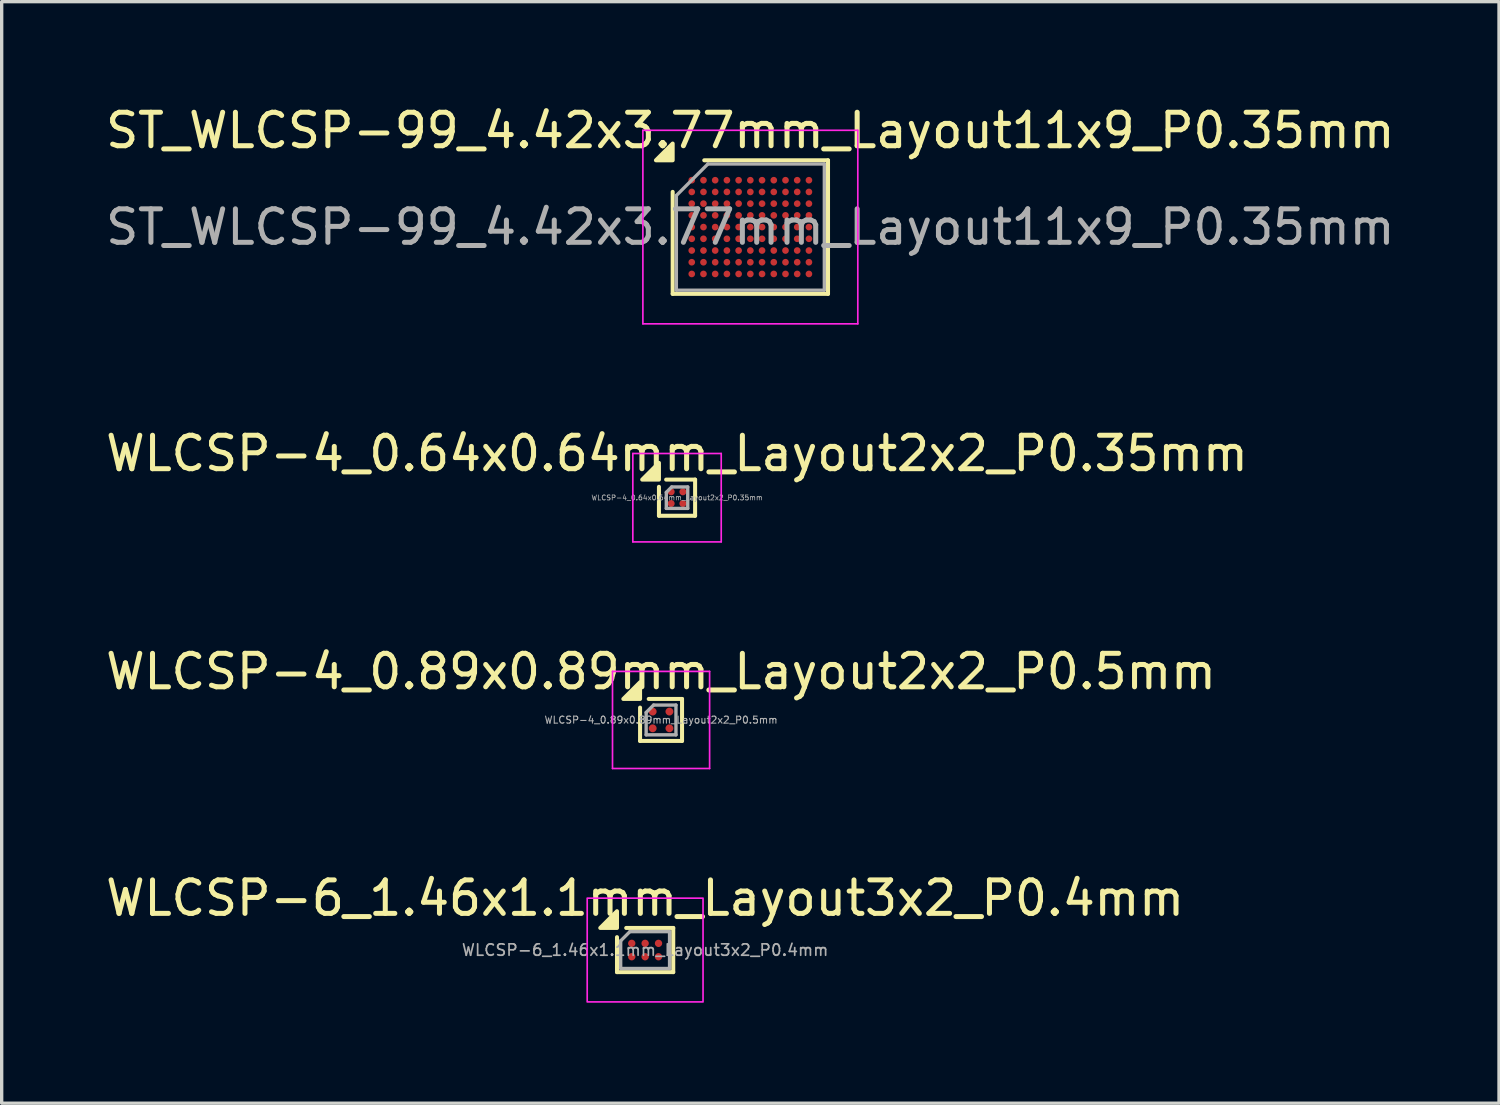
<source format=kicad_pcb>
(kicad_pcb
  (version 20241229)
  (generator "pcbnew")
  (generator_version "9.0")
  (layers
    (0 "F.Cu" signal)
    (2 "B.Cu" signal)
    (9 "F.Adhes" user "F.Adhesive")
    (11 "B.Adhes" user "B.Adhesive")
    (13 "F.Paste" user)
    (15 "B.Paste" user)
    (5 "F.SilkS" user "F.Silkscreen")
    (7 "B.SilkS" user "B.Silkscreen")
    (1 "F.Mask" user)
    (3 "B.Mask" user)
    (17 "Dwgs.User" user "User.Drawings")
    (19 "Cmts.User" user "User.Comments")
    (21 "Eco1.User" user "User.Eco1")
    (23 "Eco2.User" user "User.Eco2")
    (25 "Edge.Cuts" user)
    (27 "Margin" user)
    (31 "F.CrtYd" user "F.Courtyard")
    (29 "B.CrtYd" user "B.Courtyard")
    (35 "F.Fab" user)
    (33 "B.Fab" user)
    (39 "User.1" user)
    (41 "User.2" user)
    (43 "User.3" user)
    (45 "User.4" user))
  (footprint "WLCSP-4_0.64x0.64mm_Layout2x2_P0.35mm"
    (layer "F.Cu")
    (at 17.173 11.816)
    (property "Reference" "WLCSP-4_0.64x0.64mm_Layout2x2_P0.35mm" (at 0 -1.32 0) (layer "F.SilkS") (effects (font (size 1 1) (thickness 0.15))))
    (attr smd)
    (fp_line (start -0.54 0.54) (end -0.54 -0.325) (stroke (width 0.12) (type solid)) (layer "F.SilkS"))
    (fp_line (start -0.325 -0.54) (end 0.54 -0.54) (stroke (width 0.12) (type solid)) (layer "F.SilkS"))
    (fp_line (start 0.54 -0.54) (end 0.54 0.54) (stroke (width 0.12) (type solid)) (layer "F.SilkS"))
    (fp_line (start 0.54 0.54) (end -0.54 0.54) (stroke (width 0.12) (type solid)) (layer "F.SilkS"))
    (fp_poly (pts (xy -0.54 -0.54) (xy -1.04 -0.54) (xy -0.54 -1.04) (xy -0.54 -0.54)) (stroke (width 0.12) (type solid)) (fill yes) (layer "F.SilkS"))
    (fp_line (start -1.32 -1.32) (end -1.32 1.32) (stroke (width 0.05) (type solid)) (layer "F.CrtYd"))
    (fp_line (start -1.32 1.32) (end 1.32 1.32) (stroke (width 0.05) (type solid)) (layer "F.CrtYd"))
    (fp_line (start 1.32 -1.32) (end -1.32 -1.32) (stroke (width 0.05) (type solid)) (layer "F.CrtYd"))
    (fp_line (start 1.32 1.32) (end 1.32 -1.32) (stroke (width 0.05) (type solid)) (layer "F.CrtYd"))
    (fp_line (start -0.32 -0.16) (end -0.16 -0.32) (stroke (width 0.1) (type solid)) (layer "F.Fab"))
    (fp_line (start -0.32 0.32) (end -0.32 -0.16) (stroke (width 0.1) (type solid)) (layer "F.Fab"))
    (fp_line (start -0.16 -0.32) (end 0.32 -0.32) (stroke (width 0.1) (type solid)) (layer "F.Fab"))
    (fp_line (start 0.32 -0.32) (end 0.32 0.32) (stroke (width 0.1) (type solid)) (layer "F.Fab"))
    (fp_line (start 0.32 0.32) (end -0.32 0.32) (stroke (width 0.1) (type solid)) (layer "F.Fab"))
    (fp_text user "${REFERENCE}" (at 0 0 0) (layer "F.Fab") (effects (font (size 0.15 0.15) (thickness 0.022))))
    (pad "A1" smd circle (at -0.175 -0.175) (size 0.21 0.21) (property pad_prop_bga) (layers "F.Cu" "F.Mask" "F.Paste"))
    (pad "A2" smd circle (at 0.175 -0.175) (size 0.21 0.21) (property pad_prop_bga) (layers "F.Cu" "F.Mask" "F.Paste"))
    (pad "B1" smd circle (at -0.175 0.175) (size 0.21 0.21) (property pad_prop_bga) (layers "F.Cu" "F.Mask" "F.Paste"))
    (pad "B2" smd circle (at 0.175 0.175) (size 0.21 0.21) (property pad_prop_bga) (layers "F.Cu" "F.Mask" "F.Paste")))
  (footprint "WLCSP-6_1.46x1.1mm_Layout3x2_P0.4mm"
    (layer "F.Cu")
    (at 16.22 25.328)
    (property "Reference" "WLCSP-6_1.46x1.1mm_Layout3x2_P0.4mm" (at 0 -1.55 0) (layer "F.SilkS") (effects (font (size 1 1) (thickness 0.15))))
    (attr smd)
    (fp_line (start -0.84 0.66) (end -0.84 -0.385) (stroke (width 0.12) (type solid)) (layer "F.SilkS"))
    (fp_line (start -0.565 -0.66) (end 0.84 -0.66) (stroke (width 0.12) (type solid)) (layer "F.SilkS"))
    (fp_line (start 0.84 -0.66) (end 0.84 0.66) (stroke (width 0.12) (type solid)) (layer "F.SilkS"))
    (fp_line (start 0.84 0.66) (end -0.84 0.66) (stroke (width 0.12) (type solid)) (layer "F.SilkS"))
    (fp_poly (pts (xy -0.84 -0.66) (xy -1.34 -0.66) (xy -0.84 -1.16)) (stroke (width 0.12) (type solid)) (fill yes) (layer "F.SilkS"))
    (fp_rect (start -1.73 -1.55) (end 1.73 1.55) (stroke (width 0.05) (type solid)) (fill no) (layer "F.CrtYd"))
    (fp_line (start -0.73 -0.275) (end -0.455 -0.55) (stroke (width 0.1) (type solid)) (layer "F.Fab"))
    (fp_line (start -0.73 0.55) (end -0.73 -0.275) (stroke (width 0.1) (type solid)) (layer "F.Fab"))
    (fp_line (start -0.455 -0.55) (end 0.73 -0.55) (stroke (width 0.1) (type solid)) (layer "F.Fab"))
    (fp_line (start 0.73 -0.55) (end 0.73 0.55) (stroke (width 0.1) (type solid)) (layer "F.Fab"))
    (fp_line (start 0.73 0.55) (end -0.73 0.55) (stroke (width 0.1) (type solid)) (layer "F.Fab"))
    (fp_text user "${REFERENCE}" (at 0 0 0) (layer "F.Fab") (effects (font (size 0.34 0.34) (thickness 0.051))))
    (pad "A1" smd circle (at -0.4 -0.2) (size 0.22 0.22) (property pad_prop_bga) (layers "F.Cu" "F.Mask" "F.Paste"))
    (pad "A2" smd circle (at 0 -0.2) (size 0.22 0.22) (property pad_prop_bga) (layers "F.Cu" "F.Mask" "F.Paste"))
    (pad "A3" smd circle (at 0.4 -0.2) (size 0.22 0.22) (property pad_prop_bga) (layers "F.Cu" "F.Mask" "F.Paste"))
    (pad "B1" smd circle (at -0.4 0.2) (size 0.22 0.22) (property pad_prop_bga) (layers "F.Cu" "F.Mask" "F.Paste"))
    (pad "B2" smd circle (at 0 0.2) (size 0.22 0.22) (property pad_prop_bga) (layers "F.Cu" "F.Mask" "F.Paste"))
    (pad "B3" smd circle (at 0.4 0.2) (size 0.22 0.22) (property pad_prop_bga) (layers "F.Cu" "F.Mask" "F.Paste")))
  (footprint "WLCSP-4_0.89x0.89mm_Layout2x2_P0.5mm"
    (layer "F.Cu")
    (at 16.696 18.455)
    (property "Reference" "WLCSP-4_0.89x0.89mm_Layout2x2_P0.5mm" (at 0 -1.445 0) (layer "F.SilkS") (effects (font (size 1 1) (thickness 0.15))))
    (attr smd)
    (fp_line (start -0.627 0.627) (end -0.627 -0.369) (stroke (width 0.12) (type solid)) (layer "F.SilkS"))
    (fp_line (start -0.369 -0.627) (end 0.627 -0.627) (stroke (width 0.12) (type solid)) (layer "F.SilkS"))
    (fp_line (start 0.627 -0.627) (end 0.627 0.627) (stroke (width 0.12) (type solid)) (layer "F.SilkS"))
    (fp_line (start 0.627 0.627) (end -0.627 0.627) (stroke (width 0.12) (type solid)) (layer "F.SilkS"))
    (fp_poly (pts (xy -0.627 -0.627) (xy -1.127 -0.627) (xy -0.627 -1.127) (xy -0.627 -0.627)) (stroke (width 0.12) (type solid)) (fill yes) (layer "F.SilkS"))
    (fp_line (start -1.45 -1.45) (end -1.45 1.45) (stroke (width 0.05) (type solid)) (layer "F.CrtYd"))
    (fp_line (start -1.45 1.45) (end 1.45 1.45) (stroke (width 0.05) (type solid)) (layer "F.CrtYd"))
    (fp_line (start 1.45 -1.45) (end -1.45 -1.45) (stroke (width 0.05) (type solid)) (layer "F.CrtYd"))
    (fp_line (start 1.45 1.45) (end 1.45 -1.45) (stroke (width 0.05) (type solid)) (layer "F.CrtYd"))
    (fp_line (start -0.445 -0.223) (end -0.223 -0.445) (stroke (width 0.1) (type solid)) (layer "F.Fab"))
    (fp_line (start -0.445 0.445) (end -0.445 -0.223) (stroke (width 0.1) (type solid)) (layer "F.Fab"))
    (fp_line (start -0.223 -0.445) (end 0.445 -0.445) (stroke (width 0.1) (type solid)) (layer "F.Fab"))
    (fp_line (start 0.445 -0.445) (end 0.445 0.445) (stroke (width 0.1) (type solid)) (layer "F.Fab"))
    (fp_line (start 0.445 0.445) (end -0.445 0.445) (stroke (width 0.1) (type solid)) (layer "F.Fab"))
    (fp_text user "${REFERENCE}" (at 0 0 0) (layer "F.Fab") (effects (font (size 0.21 0.21) (thickness 0.032))))
    (pad "A1" smd circle (at -0.25 -0.25) (size 0.235 0.235) (property pad_prop_bga) (layers "F.Cu" "F.Mask" "F.Paste"))
    (pad "A2" smd circle (at 0.25 -0.25) (size 0.235 0.235) (property pad_prop_bga) (layers "F.Cu" "F.Mask" "F.Paste"))
    (pad "B1" smd circle (at -0.25 0.25) (size 0.235 0.235) (property pad_prop_bga) (layers "F.Cu" "F.Mask" "F.Paste"))
    (pad "B2" smd circle (at 0.25 0.25) (size 0.235 0.235) (property pad_prop_bga) (layers "F.Cu" "F.Mask" "F.Paste")))
  (footprint "ST_WLCSP-99_4.42x3.77mm_Layout11x9_P0.35mm"
    (layer "F.Cu")
    (at 19.363 3.733)
    (property "Reference" "ST_WLCSP-99_4.42x3.77mm_Layout11x9_P0.35mm" (at 0 -2.885 0) (layer "F.SilkS") (effects (font (size 1 1) (thickness 0.15))))
    (attr smd)
    (fp_line (start -2.32 1.995) (end -2.32 -1.052) (stroke (width 0.12) (type solid)) (layer "F.SilkS"))
    (fp_line (start -1.377 -1.995) (end 2.32 -1.995) (stroke (width 0.12) (type solid)) (layer "F.SilkS"))
    (fp_line (start 2.32 -1.995) (end 2.32 1.995) (stroke (width 0.12) (type solid)) (layer "F.SilkS"))
    (fp_line (start 2.32 1.995) (end -2.32 1.995) (stroke (width 0.12) (type solid)) (layer "F.SilkS"))
    (fp_poly (pts (xy -2.32 -1.995) (xy -2.82 -1.995) (xy -2.32 -2.495) (xy -2.32 -1.995)) (stroke (width 0.12) (type solid)) (fill yes) (layer "F.SilkS"))
    (fp_line (start -3.21 -2.89) (end -3.21 2.89) (stroke (width 0.05) (type solid)) (layer "F.CrtYd"))
    (fp_line (start -3.21 2.89) (end 3.21 2.89) (stroke (width 0.05) (type solid)) (layer "F.CrtYd"))
    (fp_line (start 3.21 -2.89) (end -3.21 -2.89) (stroke (width 0.05) (type solid)) (layer "F.CrtYd"))
    (fp_line (start 3.21 2.89) (end 3.21 -2.89) (stroke (width 0.05) (type solid)) (layer "F.CrtYd"))
    (fp_line (start -2.21 -0.943) (end -1.268 -1.885) (stroke (width 0.1) (type solid)) (layer "F.Fab"))
    (fp_line (start -2.21 1.885) (end -2.21 -0.943) (stroke (width 0.1) (type solid)) (layer "F.Fab"))
    (fp_line (start -1.268 -1.885) (end 2.21 -1.885) (stroke (width 0.1) (type solid)) (layer "F.Fab"))
    (fp_line (start 2.21 -1.885) (end 2.21 1.885) (stroke (width 0.1) (type solid)) (layer "F.Fab"))
    (fp_line (start 2.21 1.885) (end -2.21 1.885) (stroke (width 0.1) (type solid)) (layer "F.Fab"))
    (fp_text user "${REFERENCE}" (at 0 0 0) (layer "F.Fab") (effects (font (size 1 1) (thickness 0.15))))
    (pad "A1" smd circle (at -1.75 -1.4) (size 0.2 0.2) (property pad_prop_bga) (layers "F.Cu" "F.Mask" "F.Paste"))
    (pad "A2" smd circle (at -1.4 -1.4) (size 0.2 0.2) (property pad_prop_bga) (layers "F.Cu" "F.Mask" "F.Paste"))
    (pad "A3" smd circle (at -1.05 -1.4) (size 0.2 0.2) (property pad_prop_bga) (layers "F.Cu" "F.Mask" "F.Paste"))
    (pad "A4" smd circle (at -0.7 -1.4) (size 0.2 0.2) (property pad_prop_bga) (layers "F.Cu" "F.Mask" "F.Paste"))
    (pad "A5" smd circle (at -0.35 -1.4) (size 0.2 0.2) (property pad_prop_bga) (layers "F.Cu" "F.Mask" "F.Paste"))
    (pad "A6" smd circle (at 0 -1.4) (size 0.2 0.2) (property pad_prop_bga) (layers "F.Cu" "F.Mask" "F.Paste"))
    (pad "A7" smd circle (at 0.35 -1.4) (size 0.2 0.2) (property pad_prop_bga) (layers "F.Cu" "F.Mask" "F.Paste"))
    (pad "A8" smd circle (at 0.7 -1.4) (size 0.2 0.2) (property pad_prop_bga) (layers "F.Cu" "F.Mask" "F.Paste"))
    (pad "A9" smd circle (at 1.05 -1.4) (size 0.2 0.2) (property pad_prop_bga) (layers "F.Cu" "F.Mask" "F.Paste"))
    (pad "A10" smd circle (at 1.4 -1.4) (size 0.2 0.2) (property pad_prop_bga) (layers "F.Cu" "F.Mask" "F.Paste"))
    (pad "A11" smd circle (at 1.75 -1.4) (size 0.2 0.2) (property pad_prop_bga) (layers "F.Cu" "F.Mask" "F.Paste"))
    (pad "B1" smd circle (at -1.75 -1.05) (size 0.2 0.2) (property pad_prop_bga) (layers "F.Cu" "F.Mask" "F.Paste"))
    (pad "B2" smd circle (at -1.4 -1.05) (size 0.2 0.2) (property pad_prop_bga) (layers "F.Cu" "F.Mask" "F.Paste"))
    (pad "B3" smd circle (at -1.05 -1.05) (size 0.2 0.2) (property pad_prop_bga) (layers "F.Cu" "F.Mask" "F.Paste"))
    (pad "B4" smd circle (at -0.7 -1.05) (size 0.2 0.2) (property pad_prop_bga) (layers "F.Cu" "F.Mask" "F.Paste"))
    (pad "B5" smd circle (at -0.35 -1.05) (size 0.2 0.2) (property pad_prop_bga) (layers "F.Cu" "F.Mask" "F.Paste"))
    (pad "B6" smd circle (at 0 -1.05) (size 0.2 0.2) (property pad_prop_bga) (layers "F.Cu" "F.Mask" "F.Paste"))
    (pad "B7" smd circle (at 0.35 -1.05) (size 0.2 0.2) (property pad_prop_bga) (layers "F.Cu" "F.Mask" "F.Paste"))
    (pad "B8" smd circle (at 0.7 -1.05) (size 0.2 0.2) (property pad_prop_bga) (layers "F.Cu" "F.Mask" "F.Paste"))
    (pad "B9" smd circle (at 1.05 -1.05) (size 0.2 0.2) (property pad_prop_bga) (layers "F.Cu" "F.Mask" "F.Paste"))
    (pad "B10" smd circle (at 1.4 -1.05) (size 0.2 0.2) (property pad_prop_bga) (layers "F.Cu" "F.Mask" "F.Paste"))
    (pad "B11" smd circle (at 1.75 -1.05) (size 0.2 0.2) (property pad_prop_bga) (layers "F.Cu" "F.Mask" "F.Paste"))
    (pad "C1" smd circle (at -1.75 -0.7) (size 0.2 0.2) (property pad_prop_bga) (layers "F.Cu" "F.Mask" "F.Paste"))
    (pad "C2" smd circle (at -1.4 -0.7) (size 0.2 0.2) (property pad_prop_bga) (layers "F.Cu" "F.Mask" "F.Paste"))
    (pad "C3" smd circle (at -1.05 -0.7) (size 0.2 0.2) (property pad_prop_bga) (layers "F.Cu" "F.Mask" "F.Paste"))
    (pad "C4" smd circle (at -0.7 -0.7) (size 0.2 0.2) (property pad_prop_bga) (layers "F.Cu" "F.Mask" "F.Paste"))
    (pad "C5" smd circle (at -0.35 -0.7) (size 0.2 0.2) (property pad_prop_bga) (layers "F.Cu" "F.Mask" "F.Paste"))
    (pad "C6" smd circle (at 0 -0.7) (size 0.2 0.2) (property pad_prop_bga) (layers "F.Cu" "F.Mask" "F.Paste"))
    (pad "C7" smd circle (at 0.35 -0.7) (size 0.2 0.2) (property pad_prop_bga) (layers "F.Cu" "F.Mask" "F.Paste"))
    (pad "C8" smd circle (at 0.7 -0.7) (size 0.2 0.2) (property pad_prop_bga) (layers "F.Cu" "F.Mask" "F.Paste"))
    (pad "C9" smd circle (at 1.05 -0.7) (size 0.2 0.2) (property pad_prop_bga) (layers "F.Cu" "F.Mask" "F.Paste"))
    (pad "C10" smd circle (at 1.4 -0.7) (size 0.2 0.2) (property pad_prop_bga) (layers "F.Cu" "F.Mask" "F.Paste"))
    (pad "C11" smd circle (at 1.75 -0.7) (size 0.2 0.2) (property pad_prop_bga) (layers "F.Cu" "F.Mask" "F.Paste"))
    (pad "D1" smd circle (at -1.75 -0.35) (size 0.2 0.2) (property pad_prop_bga) (layers "F.Cu" "F.Mask" "F.Paste"))
    (pad "D2" smd circle (at -1.4 -0.35) (size 0.2 0.2) (property pad_prop_bga) (layers "F.Cu" "F.Mask" "F.Paste"))
    (pad "D3" smd circle (at -1.05 -0.35) (size 0.2 0.2) (property pad_prop_bga) (layers "F.Cu" "F.Mask" "F.Paste"))
    (pad "D4" smd circle (at -0.7 -0.35) (size 0.2 0.2) (property pad_prop_bga) (layers "F.Cu" "F.Mask" "F.Paste"))
    (pad "D5" smd circle (at -0.35 -0.35) (size 0.2 0.2) (property pad_prop_bga) (layers "F.Cu" "F.Mask" "F.Paste"))
    (pad "D6" smd circle (at 0 -0.35) (size 0.2 0.2) (property pad_prop_bga) (layers "F.Cu" "F.Mask" "F.Paste"))
    (pad "D7" smd circle (at 0.35 -0.35) (size 0.2 0.2) (property pad_prop_bga) (layers "F.Cu" "F.Mask" "F.Paste"))
    (pad "D8" smd circle (at 0.7 -0.35) (size 0.2 0.2) (property pad_prop_bga) (layers "F.Cu" "F.Mask" "F.Paste"))
    (pad "D9" smd circle (at 1.05 -0.35) (size 0.2 0.2) (property pad_prop_bga) (layers "F.Cu" "F.Mask" "F.Paste"))
    (pad "D10" smd circle (at 1.4 -0.35) (size 0.2 0.2) (property pad_prop_bga) (layers "F.Cu" "F.Mask" "F.Paste"))
    (pad "D11" smd circle (at 1.75 -0.35) (size 0.2 0.2) (property pad_prop_bga) (layers "F.Cu" "F.Mask" "F.Paste"))
    (pad "E1" smd circle (at -1.75 0) (size 0.2 0.2) (property pad_prop_bga) (layers "F.Cu" "F.Mask" "F.Paste"))
    (pad "E2" smd circle (at -1.4 0) (size 0.2 0.2) (property pad_prop_bga) (layers "F.Cu" "F.Mask" "F.Paste"))
    (pad "E3" smd circle (at -1.05 0) (size 0.2 0.2) (property pad_prop_bga) (layers "F.Cu" "F.Mask" "F.Paste"))
    (pad "E4" smd circle (at -0.7 0) (size 0.2 0.2) (property pad_prop_bga) (layers "F.Cu" "F.Mask" "F.Paste"))
    (pad "E5" smd circle (at -0.35 0) (size 0.2 0.2) (property pad_prop_bga) (layers "F.Cu" "F.Mask" "F.Paste"))
    (pad "E6" smd circle (at 0 0) (size 0.2 0.2) (property pad_prop_bga) (layers "F.Cu" "F.Mask" "F.Paste"))
    (pad "E7" smd circle (at 0.35 0) (size 0.2 0.2) (property pad_prop_bga) (layers "F.Cu" "F.Mask" "F.Paste"))
    (pad "E8" smd circle (at 0.7 0) (size 0.2 0.2) (property pad_prop_bga) (layers "F.Cu" "F.Mask" "F.Paste"))
    (pad "E9" smd circle (at 1.05 0) (size 0.2 0.2) (property pad_prop_bga) (layers "F.Cu" "F.Mask" "F.Paste"))
    (pad "E10" smd circle (at 1.4 0) (size 0.2 0.2) (property pad_prop_bga) (layers "F.Cu" "F.Mask" "F.Paste"))
    (pad "E11" smd circle (at 1.75 0) (size 0.2 0.2) (property pad_prop_bga) (layers "F.Cu" "F.Mask" "F.Paste"))
    (pad "F1" smd circle (at -1.75 0.35) (size 0.2 0.2) (property pad_prop_bga) (layers "F.Cu" "F.Mask" "F.Paste"))
    (pad "F2" smd circle (at -1.4 0.35) (size 0.2 0.2) (property pad_prop_bga) (layers "F.Cu" "F.Mask" "F.Paste"))
    (pad "F3" smd circle (at -1.05 0.35) (size 0.2 0.2) (property pad_prop_bga) (layers "F.Cu" "F.Mask" "F.Paste"))
    (pad "F4" smd circle (at -0.7 0.35) (size 0.2 0.2) (property pad_prop_bga) (layers "F.Cu" "F.Mask" "F.Paste"))
    (pad "F5" smd circle (at -0.35 0.35) (size 0.2 0.2) (property pad_prop_bga) (layers "F.Cu" "F.Mask" "F.Paste"))
    (pad "F6" smd circle (at 0 0.35) (size 0.2 0.2) (property pad_prop_bga) (layers "F.Cu" "F.Mask" "F.Paste"))
    (pad "F7" smd circle (at 0.35 0.35) (size 0.2 0.2) (property pad_prop_bga) (layers "F.Cu" "F.Mask" "F.Paste"))
    (pad "F8" smd circle (at 0.7 0.35) (size 0.2 0.2) (property pad_prop_bga) (layers "F.Cu" "F.Mask" "F.Paste"))
    (pad "F9" smd circle (at 1.05 0.35) (size 0.2 0.2) (property pad_prop_bga) (layers "F.Cu" "F.Mask" "F.Paste"))
    (pad "F10" smd circle (at 1.4 0.35) (size 0.2 0.2) (property pad_prop_bga) (layers "F.Cu" "F.Mask" "F.Paste"))
    (pad "F11" smd circle (at 1.75 0.35) (size 0.2 0.2) (property pad_prop_bga) (layers "F.Cu" "F.Mask" "F.Paste"))
    (pad "G1" smd circle (at -1.75 0.7) (size 0.2 0.2) (property pad_prop_bga) (layers "F.Cu" "F.Mask" "F.Paste"))
    (pad "G2" smd circle (at -1.4 0.7) (size 0.2 0.2) (property pad_prop_bga) (layers "F.Cu" "F.Mask" "F.Paste"))
    (pad "G3" smd circle (at -1.05 0.7) (size 0.2 0.2) (property pad_prop_bga) (layers "F.Cu" "F.Mask" "F.Paste"))
    (pad "G4" smd circle (at -0.7 0.7) (size 0.2 0.2) (property pad_prop_bga) (layers "F.Cu" "F.Mask" "F.Paste"))
    (pad "G5" smd circle (at -0.35 0.7) (size 0.2 0.2) (property pad_prop_bga) (layers "F.Cu" "F.Mask" "F.Paste"))
    (pad "G6" smd circle (at 0 0.7) (size 0.2 0.2) (property pad_prop_bga) (layers "F.Cu" "F.Mask" "F.Paste"))
    (pad "G7" smd circle (at 0.35 0.7) (size 0.2 0.2) (property pad_prop_bga) (layers "F.Cu" "F.Mask" "F.Paste"))
    (pad "G8" smd circle (at 0.7 0.7) (size 0.2 0.2) (property pad_prop_bga) (layers "F.Cu" "F.Mask" "F.Paste"))
    (pad "G9" smd circle (at 1.05 0.7) (size 0.2 0.2) (property pad_prop_bga) (layers "F.Cu" "F.Mask" "F.Paste"))
    (pad "G10" smd circle (at 1.4 0.7) (size 0.2 0.2) (property pad_prop_bga) (layers "F.Cu" "F.Mask" "F.Paste"))
    (pad "G11" smd circle (at 1.75 0.7) (size 0.2 0.2) (property pad_prop_bga) (layers "F.Cu" "F.Mask" "F.Paste"))
    (pad "H1" smd circle (at -1.75 1.05) (size 0.2 0.2) (property pad_prop_bga) (layers "F.Cu" "F.Mask" "F.Paste"))
    (pad "H2" smd circle (at -1.4 1.05) (size 0.2 0.2) (property pad_prop_bga) (layers "F.Cu" "F.Mask" "F.Paste"))
    (pad "H3" smd circle (at -1.05 1.05) (size 0.2 0.2) (property pad_prop_bga) (layers "F.Cu" "F.Mask" "F.Paste"))
    (pad "H4" smd circle (at -0.7 1.05) (size 0.2 0.2) (property pad_prop_bga) (layers "F.Cu" "F.Mask" "F.Paste"))
    (pad "H5" smd circle (at -0.35 1.05) (size 0.2 0.2) (property pad_prop_bga) (layers "F.Cu" "F.Mask" "F.Paste"))
    (pad "H6" smd circle (at 0 1.05) (size 0.2 0.2) (property pad_prop_bga) (layers "F.Cu" "F.Mask" "F.Paste"))
    (pad "H7" smd circle (at 0.35 1.05) (size 0.2 0.2) (property pad_prop_bga) (layers "F.Cu" "F.Mask" "F.Paste"))
    (pad "H8" smd circle (at 0.7 1.05) (size 0.2 0.2) (property pad_prop_bga) (layers "F.Cu" "F.Mask" "F.Paste"))
    (pad "H9" smd circle (at 1.05 1.05) (size 0.2 0.2) (property pad_prop_bga) (layers "F.Cu" "F.Mask" "F.Paste"))
    (pad "H10" smd circle (at 1.4 1.05) (size 0.2 0.2) (property pad_prop_bga) (layers "F.Cu" "F.Mask" "F.Paste"))
    (pad "H11" smd circle (at 1.75 1.05) (size 0.2 0.2) (property pad_prop_bga) (layers "F.Cu" "F.Mask" "F.Paste"))
    (pad "J1" smd circle (at -1.75 1.4) (size 0.2 0.2) (property pad_prop_bga) (layers "F.Cu" "F.Mask" "F.Paste"))
    (pad "J2" smd circle (at -1.4 1.4) (size 0.2 0.2) (property pad_prop_bga) (layers "F.Cu" "F.Mask" "F.Paste"))
    (pad "J3" smd circle (at -1.05 1.4) (size 0.2 0.2) (property pad_prop_bga) (layers "F.Cu" "F.Mask" "F.Paste"))
    (pad "J4" smd circle (at -0.7 1.4) (size 0.2 0.2) (property pad_prop_bga) (layers "F.Cu" "F.Mask" "F.Paste"))
    (pad "J5" smd circle (at -0.35 1.4) (size 0.2 0.2) (property pad_prop_bga) (layers "F.Cu" "F.Mask" "F.Paste"))
    (pad "J6" smd circle (at 0 1.4) (size 0.2 0.2) (property pad_prop_bga) (layers "F.Cu" "F.Mask" "F.Paste"))
    (pad "J7" smd circle (at 0.35 1.4) (size 0.2 0.2) (property pad_prop_bga) (layers "F.Cu" "F.Mask" "F.Paste"))
    (pad "J8" smd circle (at 0.7 1.4) (size 0.2 0.2) (property pad_prop_bga) (layers "F.Cu" "F.Mask" "F.Paste"))
    (pad "J9" smd circle (at 1.05 1.4) (size 0.2 0.2) (property pad_prop_bga) (layers "F.Cu" "F.Mask" "F.Paste"))
    (pad "J10" smd circle (at 1.4 1.4) (size 0.2 0.2) (property pad_prop_bga) (layers "F.Cu" "F.Mask" "F.Paste"))
    (pad "J11" smd circle (at 1.75 1.4) (size 0.2 0.2) (property pad_prop_bga) (layers "F.Cu" "F.Mask" "F.Paste")))
  (gr_rect
    (start -3 -3)
    (end 41.726 29.903)
    (stroke (width 0.1) (type default))
    (fill no)
    (layer "Edge.Cuts")))
</source>
